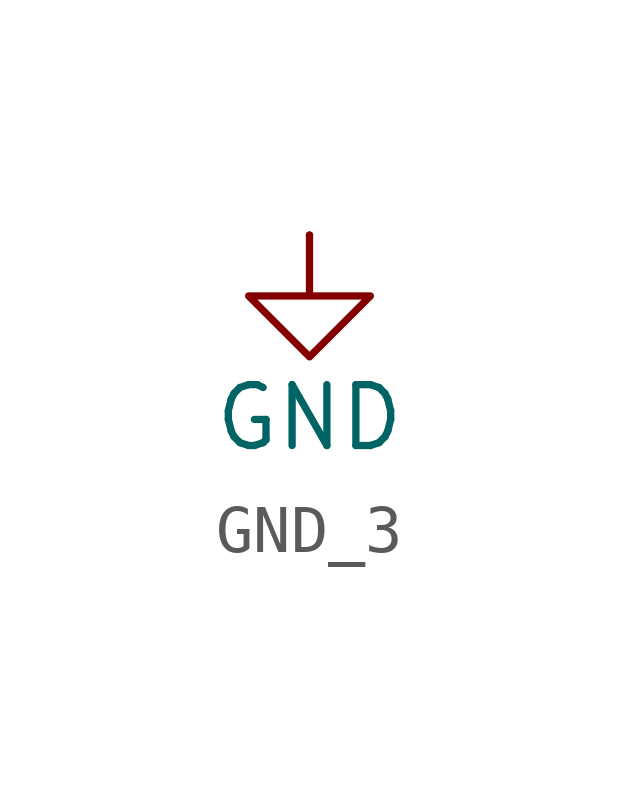
<source format=kicad_sym>
(kicad_symbol_lib
  (version 20241209)
  (generator "kicad_symbol_editor")
  (generator_version "9.0")
  (symbol "GND_3"
    (power)
    (pin_numbers
      (hide yes))
    (pin_names
      (offset 0)
      (hide yes))
    (property "Reference" "#PWR"
      (at 0 -6.35 0)
      (effects (font (size 1.27 1.27)) (hide yes)))
    (property "Value" "GND"
      (at 0 -3.81 0)
      (effects (font (size 1.27 1.27))))
    (symbol "GND_3_0_1"
      (polyline (pts (xy 0 0) (xy 0 -1.27) (xy 1.27 -1.27) (xy 0 -2.54) (xy -1.27 -1.27) (xy 0 -1.27)) (stroke (width 0) (type default)) (fill (type none))))
    (symbol "GND_3_1_1"
      (pin power_in line (at 0 0 270) (length 0) (name "~" (effects (font (size 1.27 1.27)))) (number "1" (effects (font (size 1.27 1.27))))))))
</source>
